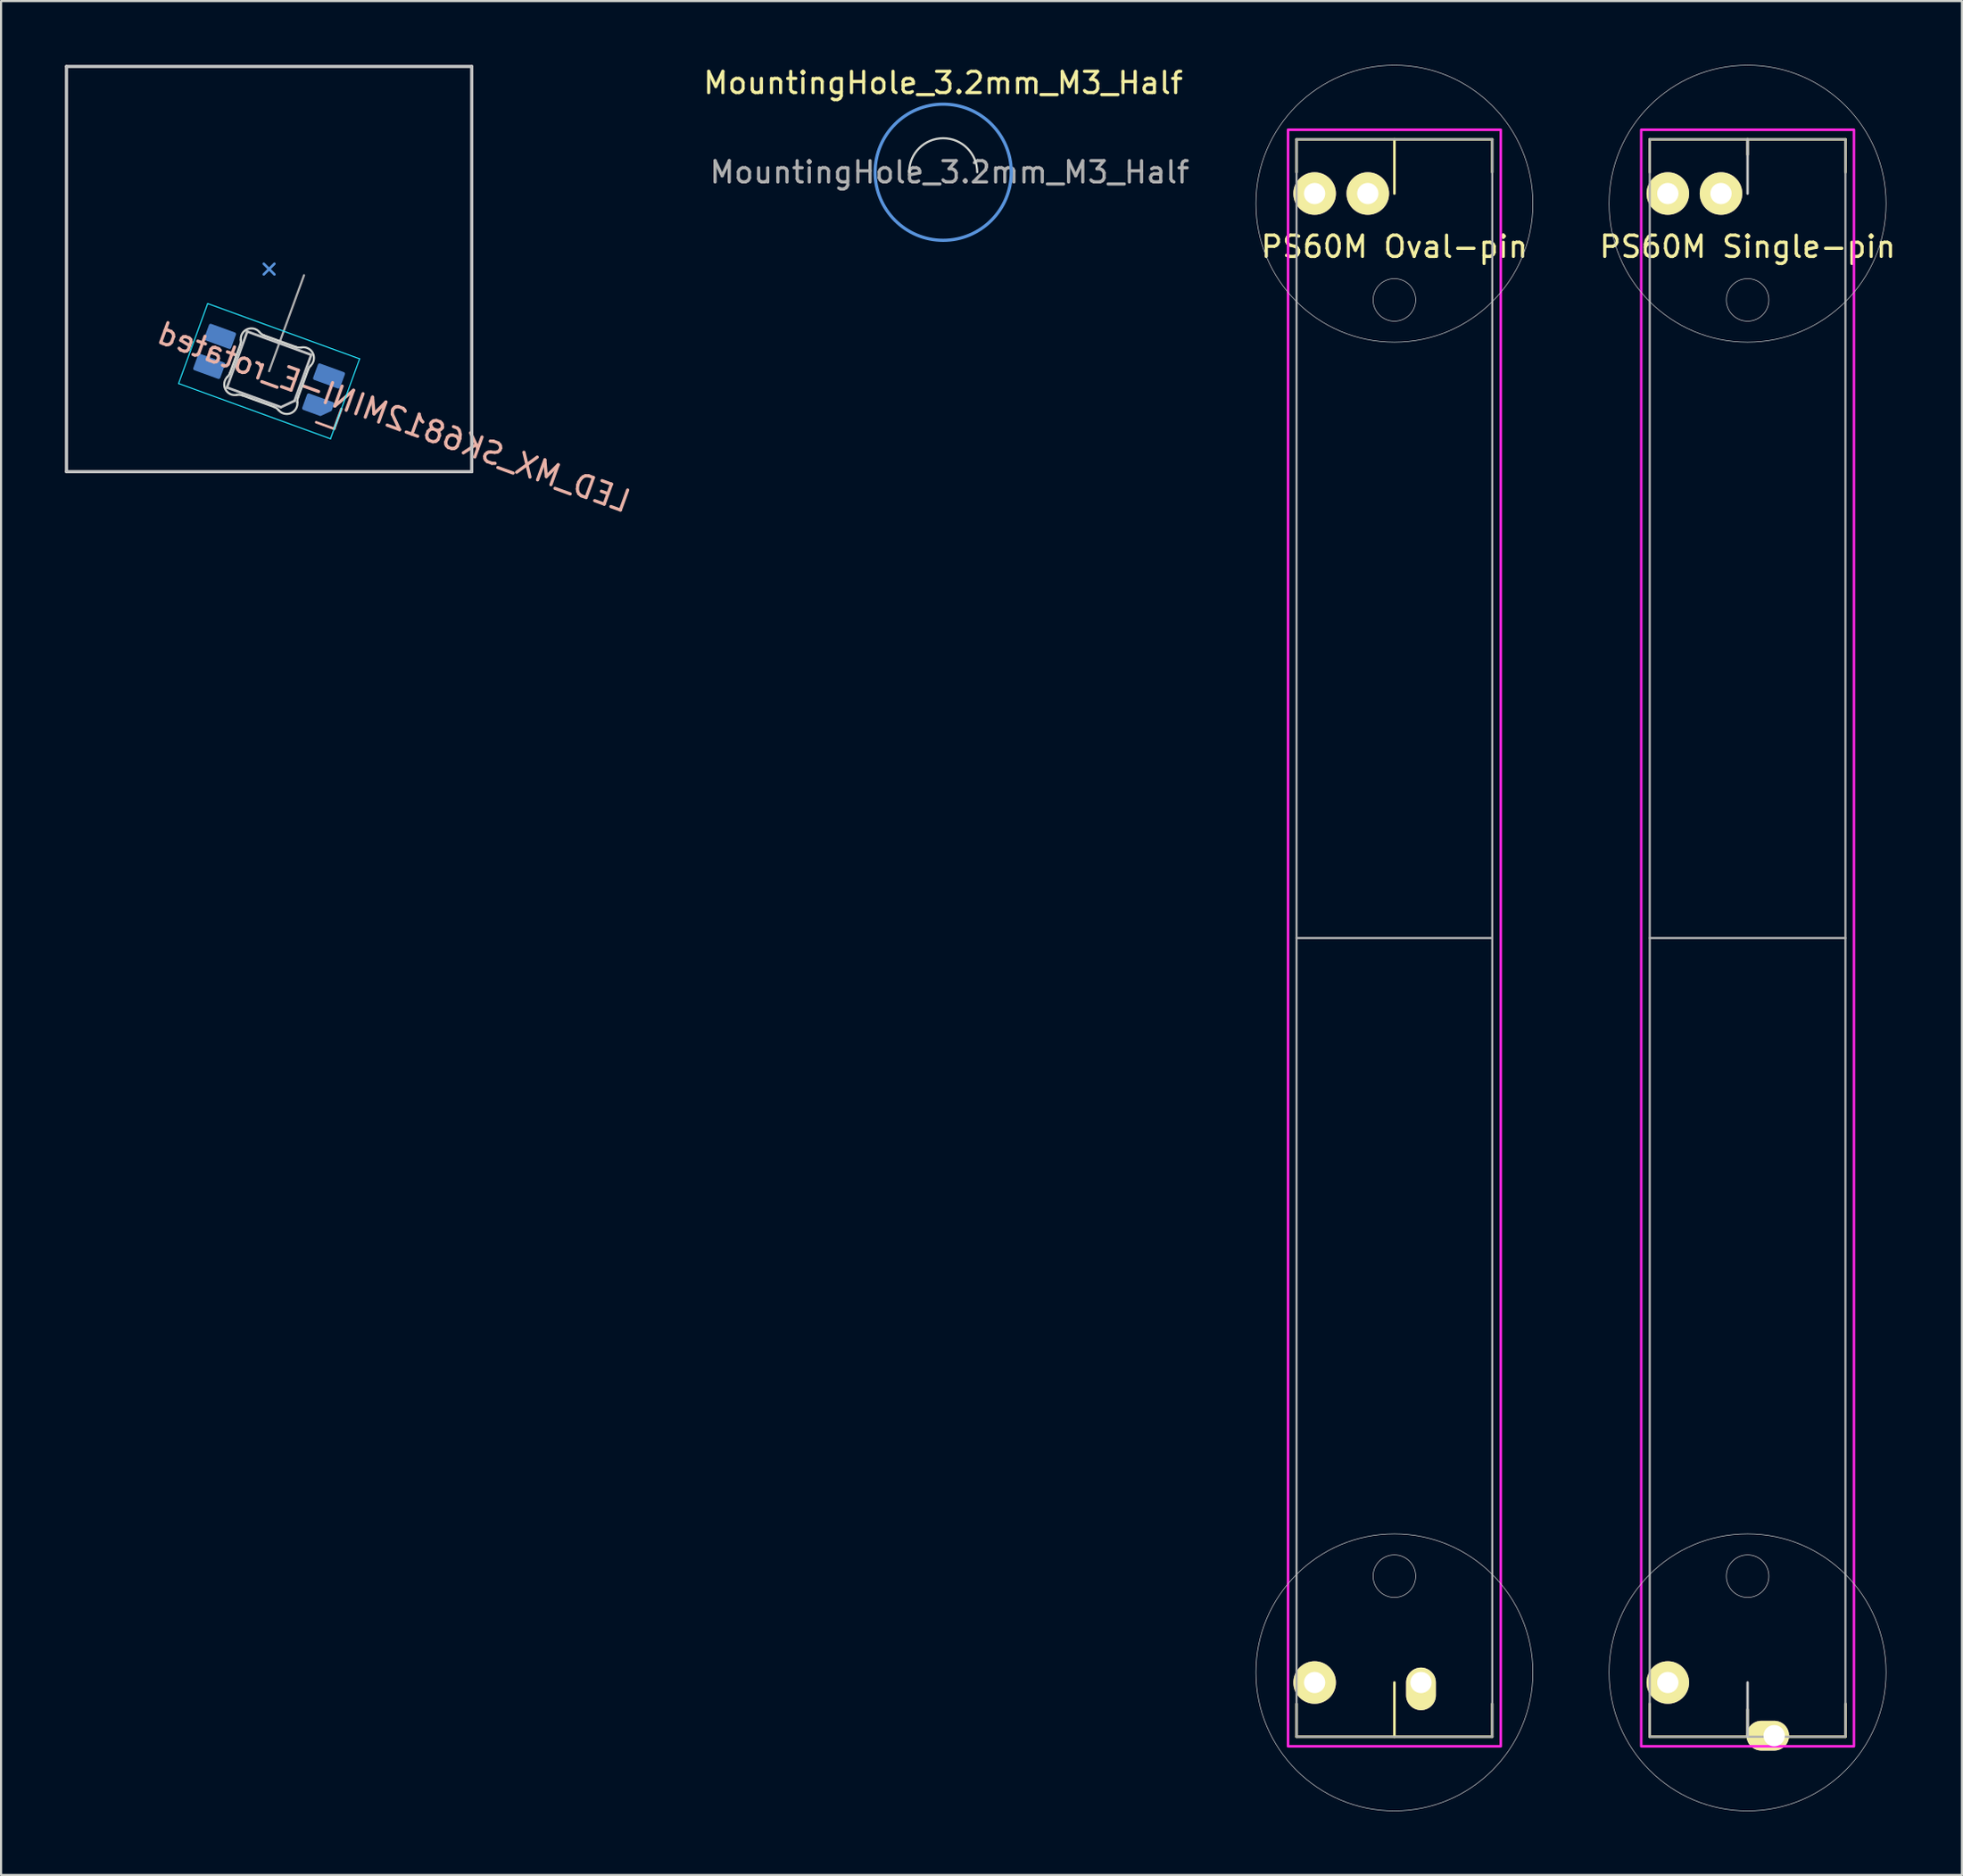
<source format=kicad_pcb>
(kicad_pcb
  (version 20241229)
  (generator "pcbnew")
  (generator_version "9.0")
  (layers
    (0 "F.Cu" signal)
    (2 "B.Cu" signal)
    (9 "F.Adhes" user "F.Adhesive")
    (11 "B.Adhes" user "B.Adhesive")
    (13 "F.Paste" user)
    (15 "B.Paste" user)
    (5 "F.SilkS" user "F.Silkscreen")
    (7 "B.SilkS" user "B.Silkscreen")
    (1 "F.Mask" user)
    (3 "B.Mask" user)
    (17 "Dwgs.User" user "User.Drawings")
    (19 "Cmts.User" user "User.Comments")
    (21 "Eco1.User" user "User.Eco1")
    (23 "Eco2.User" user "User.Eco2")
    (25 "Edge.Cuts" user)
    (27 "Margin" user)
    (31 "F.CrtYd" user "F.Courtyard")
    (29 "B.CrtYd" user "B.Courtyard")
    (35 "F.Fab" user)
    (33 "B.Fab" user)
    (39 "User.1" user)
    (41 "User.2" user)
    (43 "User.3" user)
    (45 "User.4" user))
  (footprint "PS60M Single-pin"
    (layer "F.Cu")
    (at 79.102 41.049)
    (property "Reference" "PS60M Single-pin" (at 0 -32.5 0) (layer "F.SilkS") (effects (font (size 1 1) (thickness 0.15))))
    (attr through_hole)
    (fp_line (start -4.6 -37.55) (end -4.6 -36) (stroke (width 0.12) (type solid)) (layer "F.SilkS"))
    (fp_line (start -4.6 -37.55) (end 4.6 -37.55) (stroke (width 0.12) (type solid)) (layer "F.SilkS"))
    (fp_line (start -4.6 37.55) (end -4.6 36) (stroke (width 0.12) (type solid)) (layer "F.SilkS"))
    (fp_line (start -4.6 37.55) (end 4.6 37.55) (stroke (width 0.12) (type solid)) (layer "F.SilkS"))
    (fp_line (start 0 -37.55) (end 0 -36.83) (stroke (width 0.12) (type solid)) (layer "F.SilkS"))
    (fp_line (start 0 36.275) (end 0 37.55) (stroke (width 0.12) (type solid)) (layer "F.SilkS"))
    (fp_line (start 4.6 -37.55) (end 4.6 -36) (stroke (width 0.12) (type solid)) (layer "F.SilkS"))
    (fp_line (start 4.6 37.55) (end 4.6 36) (stroke (width 0.12) (type solid)) (layer "F.SilkS"))
    (fp_line (start 0 -37.55) (end 0 -35) (stroke (width 0.12) (type solid)) (layer "Dwgs.User"))
    (fp_line (start 0 35) (end 0 37.55) (stroke (width 0.12) (type solid)) (layer "Dwgs.User"))
    (fp_circle (center 0 -34.524) (end 6.51 -34.524) (stroke (width 0.03) (type solid)) (fill no) (layer "Dwgs.User"))
    (fp_circle (center 0 -30) (end 1 -30) (stroke (width 0.03) (type solid)) (fill no) (layer "Dwgs.User"))
    (fp_circle (center 0 30) (end 1 30) (stroke (width 0.03) (type solid)) (fill no) (layer "Dwgs.User"))
    (fp_circle (center 0 34.524) (end 6.51 34.524) (stroke (width 0.03) (type solid)) (fill no) (layer "Dwgs.User"))
    (fp_rect (start -5 -38) (end 5 38) (stroke (width 0.12) (type solid)) (fill no) (layer "F.CrtYd"))
    (fp_line (start -4.6 0) (end 4.6 0) (stroke (width 0.1) (type solid)) (layer "F.Fab"))
    (fp_rect (start -4.6 -37.55) (end 4.6 37.55) (stroke (width 0.1) (type solid)) (fill no) (layer "F.Fab"))
    (pad "1B" thru_hole circle (at -3.75 -35) (size 2 2) (drill 1) (layers "*.Cu" "B.Mask" "F.SilkS"))
    (pad "2B" thru_hole circle (at -1.25 -35) (size 2 2) (drill 1) (layers "*.Cu" "B.Mask" "F.SilkS"))
    (pad "3" thru_hole oval (at 1.25 37.5) (size 2 1.4) (drill 1 (offset -0.3 0)) (layers "*.Cu" "B.Mask" "F.SilkS"))
    (pad "3B" thru_hole circle (at -3.75 35) (size 2 2) (drill 1) (layers "*.Cu" "B.Mask" "F.SilkS")))
  (footprint "MountingHole_3.2mm_M3_Half"
    (layer "F.Cu")
    (at 41.288 5.048)
    (property "Reference" "MountingHole_3.2mm_M3_Half" (at 0 -4.2 0) (layer "F.SilkS") (effects (font (size 1 1) (thickness 0.15))))
    (attr exclude_from_pos_files exclude_from_bom)
    (fp_circle (center 0 0) (end 3.2 0) (stroke (width 0.15) (type solid)) (fill no) (layer "Cmts.User"))
    (fp_arc (start -1.6 0) (mid 0 -1.6) (end 1.6 0) (stroke (width 0.1) (type solid)) (layer "Edge.Cuts"))
    (fp_text user "${REFERENCE}" (at 0.3 0 0) (layer "F.Fab") (effects (font (size 1 1) (thickness 0.15)))))
  (footprint "PS60M Oval-pin"
    (layer "F.Cu")
    (at 62.499 6.049)
    (property "Reference" "PS60M Oval-pin" (at 0 2.5 0) (layer "F.SilkS") (effects (font (size 1 1) (thickness 0.15))))
    (attr through_hole)
    (fp_line (start -4.6 -2.55) (end -4.6 -1) (stroke (width 0.12) (type solid)) (layer "F.SilkS"))
    (fp_line (start -4.6 -2.55) (end 4.6 -2.55) (stroke (width 0.12) (type solid)) (layer "F.SilkS"))
    (fp_line (start -4.6 72.55) (end -4.6 71) (stroke (width 0.12) (type solid)) (layer "F.SilkS"))
    (fp_line (start -4.6 72.55) (end 4.6 72.55) (stroke (width 0.12) (type solid)) (layer "F.SilkS"))
    (fp_line (start 0 -2.55) (end 0 0) (stroke (width 0.12) (type solid)) (layer "F.SilkS"))
    (fp_line (start 0 70) (end 0 72.55) (stroke (width 0.12) (type solid)) (layer "F.SilkS"))
    (fp_line (start 4.6 -2.55) (end 4.6 -1) (stroke (width 0.12) (type solid)) (layer "F.SilkS"))
    (fp_line (start 4.6 72.55) (end 4.6 71) (stroke (width 0.12) (type solid)) (layer "F.SilkS"))
    (fp_circle (center 0 0.476) (end 6.51 0.476) (stroke (width 0.03) (type solid)) (fill no) (layer "Dwgs.User"))
    (fp_circle (center 0 5) (end 1 5) (stroke (width 0.03) (type solid)) (fill no) (layer "Dwgs.User"))
    (fp_circle (center 0 65) (end 1 65) (stroke (width 0.03) (type solid)) (fill no) (layer "Dwgs.User"))
    (fp_circle (center 0 69.524) (end 6.51 69.524) (stroke (width 0.03) (type solid)) (fill no) (layer "Dwgs.User"))
    (fp_rect (start -5 -3) (end 5 73) (stroke (width 0.12) (type solid)) (fill no) (layer "F.CrtYd"))
    (fp_line (start -4.6 35) (end 4.6 35) (stroke (width 0.1) (type solid)) (layer "F.Fab"))
    (fp_rect (start -4.6 -2.55) (end 4.6 72.55) (stroke (width 0.1) (type solid)) (fill no) (layer "F.Fab"))
    (pad "1B" thru_hole circle (at -3.75 0) (size 2 2) (drill 1) (layers "*.Cu" "B.Mask" "F.SilkS"))
    (pad "2B" thru_hole circle (at -1.25 0) (size 2 2) (drill 1) (layers "*.Cu" "B.Mask" "F.SilkS"))
    (pad "3" thru_hole oval (at 1.25 70) (size 1.4 2) (drill 1 (offset 0 0.3)) (layers "*.Cu" "B.Mask" "F.SilkS"))
    (pad "3B" thru_hole circle (at -3.75 70) (size 2 2) (drill 1) (layers "*.Cu" "B.Mask" "F.SilkS")))
  (footprint "LED_MX_SK6812MINI-E_rotated"
    (layer "F.Cu")
    (at 9.6 9.6)
    (property "Reference" "LED_MX_SK6812MINI-E_rotated" (at 5.863 6.966 340) (layer "B.SilkS") (effects (font (size 1 1) (thickness 0.15)) (justify mirror)))
    (attr smd)
    (fp_line (start 3.058 7.509) (end 2.212 7.201) (stroke (width 0.12) (type solid)) (layer "B.SilkS"))
    (fp_line (start 3.4 6.57) (end 3.058 7.509) (stroke (width 0.12) (type solid)) (layer "B.SilkS"))
    (fp_line (start -9.525 -9.525) (end 9.525 -9.525) (stroke (width 0.15) (type solid)) (layer "Dwgs.User"))
    (fp_line (start -9.525 9.525) (end -9.525 -9.525) (stroke (width 0.15) (type solid)) (layer "Dwgs.User"))
    (fp_line (start -1.982 5.568) (end 0.555 6.492) (stroke (width 0.12) (type solid)) (layer "Dwgs.User"))
    (fp_line (start -1.025 2.937) (end -1.982 5.568) (stroke (width 0.12) (type solid)) (layer "Dwgs.User"))
    (fp_line (start 1.196 6.193) (end 0.555 6.492) (stroke (width 0.12) (type solid)) (layer "Dwgs.User"))
    (fp_line (start 1.196 6.193) (end 1.982 4.032) (stroke (width 0.12) (type solid)) (layer "Dwgs.User"))
    (fp_line (start 1.982 4.032) (end -1.025 2.937) (stroke (width 0.12) (type solid)) (layer "Dwgs.User"))
    (fp_line (start 9.525 -9.525) (end 9.525 9.525) (stroke (width 0.15) (type solid)) (layer "Dwgs.User"))
    (fp_line (start 9.525 9.525) (end -9.525 9.525) (stroke (width 0.15) (type solid)) (layer "Dwgs.User"))
    (fp_line (start -0.25 0.25) (end 0 0) (stroke (width 0.12) (type solid)) (layer "Cmts.User"))
    (fp_line (start 0 0) (end -0.25 -0.25) (stroke (width 0.12) (type solid)) (layer "Cmts.User"))
    (fp_line (start 0 0) (end 0.25 -0.25) (stroke (width 0.12) (type solid)) (layer "Cmts.User"))
    (fp_line (start 0.25 0.25) (end 0 0) (stroke (width 0.12) (type solid)) (layer "Cmts.User"))
    (fp_line (start -1.838 4.879) (end -1.357 3.558) (stroke (width 0.1) (type solid)) (layer "Edge.Cuts"))
    (fp_line (start -0.234 3.119) (end 1.26 3.662) (stroke (width 0.1) (type solid)) (layer "Edge.Cuts"))
    (fp_line (start 0.234 6.481) (end -1.26 5.938) (stroke (width 0.1) (type solid)) (layer "Edge.Cuts"))
    (fp_line (start 1.838 4.721) (end 1.357 6.042) (stroke (width 0.1) (type solid)) (layer "Edge.Cuts"))
    (fp_arc (start -1.837863 4.879022) (mid -1.887677 4.979255) (end -1.95854 5.065894) (stroke (width 0.1) (type solid)) (layer "Edge.Cuts"))
    (fp_arc (start -1.519975 5.91572) (mid -2.053692 5.653075) (end -1.95854 5.065894) (stroke (width 0.1) (type solid)) (layer "Edge.Cuts"))
    (fp_arc (start -1.519975 5.915722) (mid -1.388304 5.909456) (end -1.259571 5.937819) (stroke (width 0.1) (type solid)) (layer "Edge.Cuts"))
    (fp_arc (start -1.329414 3.337386) (mid -1.330821 3.449307) (end -1.35709 3.55811) (stroke (width 0.1) (type solid)) (layer "Edge.Cuts"))
    (fp_arc (start -1.329414 3.337386) (mid -1.024872 2.826416) (end -0.447196 2.968284) (stroke (width 0.1) (type solid)) (layer "Edge.Cuts"))
    (fp_arc (start -0.233511 3.118741) (mid -0.350357 3.05772) (end -0.447196 2.968284) (stroke (width 0.1) (type solid)) (layer "Edge.Cuts"))
    (fp_arc (start 0.233512 6.481257) (mid 0.350358 6.542278) (end 0.447197 6.631714) (stroke (width 0.1) (type solid)) (layer "Edge.Cuts"))
    (fp_arc (start 1.329415 6.26261) (mid 1.024875 6.773584) (end 0.447197 6.631714) (stroke (width 0.1) (type solid)) (layer "Edge.Cuts"))
    (fp_arc (start 1.329415 6.262612) (mid 1.330822 6.150691) (end 1.357091 6.041888) (stroke (width 0.1) (type solid)) (layer "Edge.Cuts"))
    (fp_arc (start 1.519976 3.684277) (mid 1.388305 3.690542) (end 1.259572 3.66218) (stroke (width 0.1) (type solid)) (layer "Edge.Cuts"))
    (fp_arc (start 1.519976 3.684277) (mid 2.053693 3.946922) (end 1.95854 4.534104) (stroke (width 0.1) (type solid)) (layer "Edge.Cuts"))
    (fp_arc (start 1.837863 4.720977) (mid 1.887677 4.620744) (end 1.95854 4.534104) (stroke (width 0.1) (type solid)) (layer "Edge.Cuts"))
    (fp_line (start -4.255 5.38) (end 2.887 7.979) (stroke (width 0.05) (type solid)) (layer "B.CrtYd"))
    (fp_line (start -2.887 1.621) (end -4.255 5.38) (stroke (width 0.05) (type solid)) (layer "B.CrtYd"))
    (fp_line (start 2.887 7.979) (end 4.255 4.22) (stroke (width 0.05) (type solid)) (layer "B.CrtYd"))
    (fp_line (start 4.255 4.22) (end -2.887 1.621) (stroke (width 0.05) (type solid)) (layer "B.CrtYd"))
    (fp_line (start 1.642 0.289) (end 0 4.8) (stroke (width 0.1) (type solid)) (layer "F.Fab"))
    (fp_text user "offset: 4.8" (at 1.026 1.981 340) (layer "User.2") (effects (font (size 1 1) (thickness 0.15))))
    (fp_text user "switch center" (at 0 -1.17 0) (layer "User.2") (effects (font (size 1 1) (thickness 0.15))))
    (pad "1" smd roundrect (at -2.304 3.163 250) (size 0.82 1.35) (layers "B.Cu" "B.Mask" "B.Paste") (roundrect_rratio 0.1))
    (pad "2" smd roundrect (at -2.817 4.573 250) (size 0.82 1.35) (layers "B.Cu" "B.Mask" "B.Paste") (roundrect_rratio 0.1))
    (pad "3" smd roundrect (at 2.304 6.437 250) (size 0.82 1.35) (layers "B.Cu" "B.Mask" "B.Paste") (roundrect_rratio 0.1) (chamfer_ratio 0.5) (chamfer top_right))
    (pad "4" smd roundrect (at 2.817 5.027 250) (size 0.82 1.35) (layers "B.Cu" "B.Mask" "B.Paste") (roundrect_rratio 0.1)))
  (gr_rect
    (start -3 -3)
    (end 89.179 85.098)
    (stroke (width 0.1) (type default))
    (fill no)
    (layer "Edge.Cuts")))
</source>
